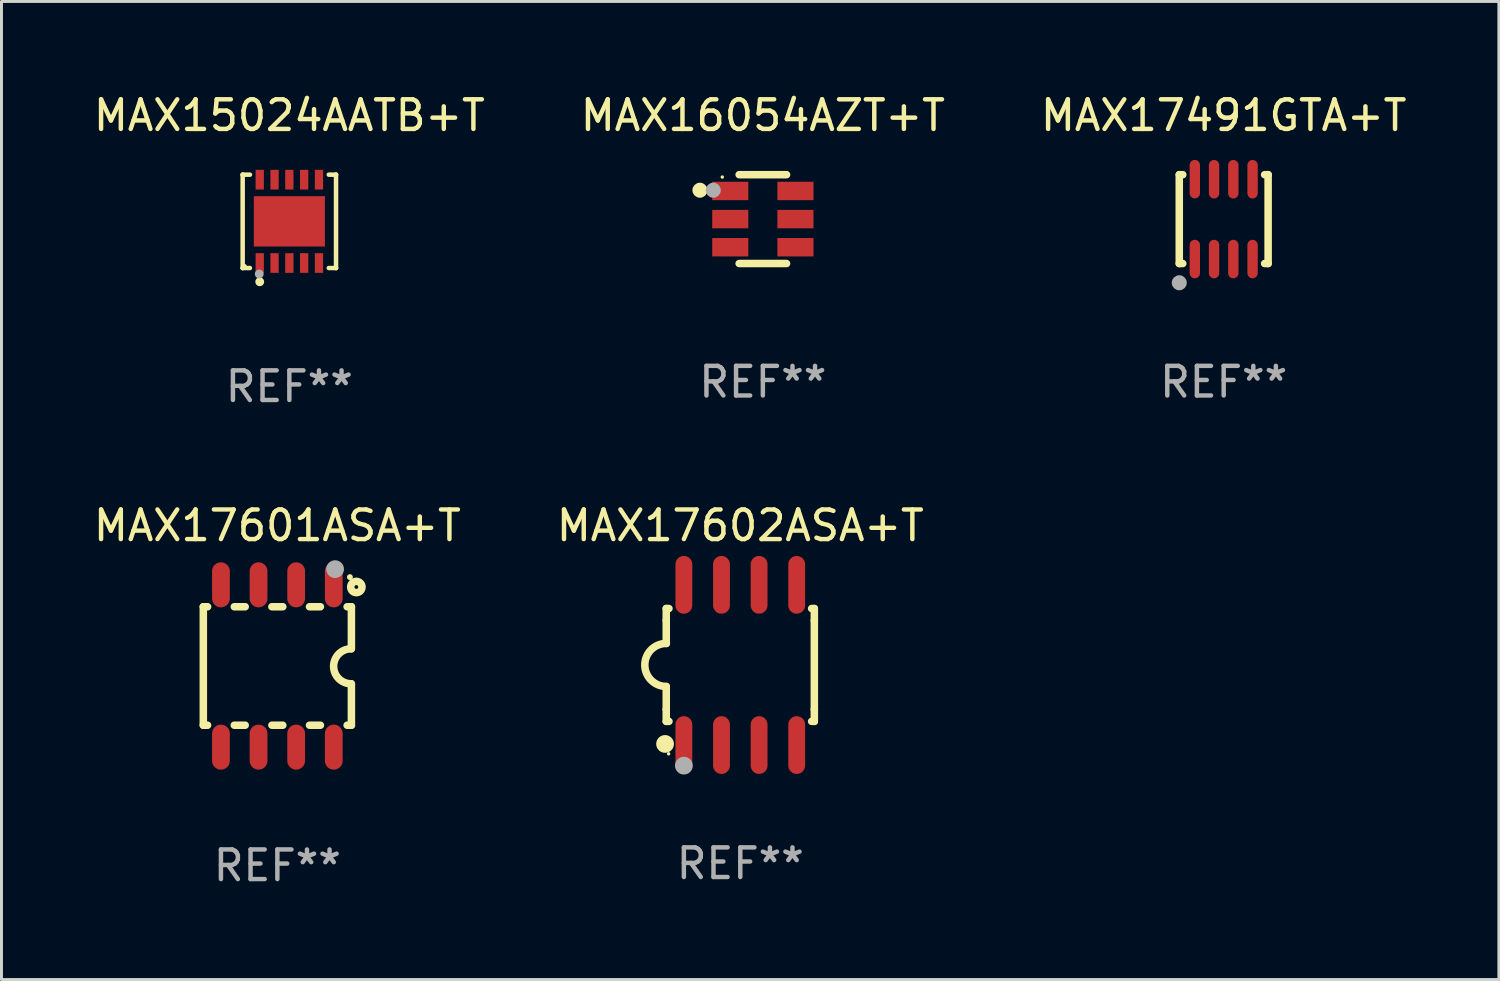
<source format=kicad_pcb>
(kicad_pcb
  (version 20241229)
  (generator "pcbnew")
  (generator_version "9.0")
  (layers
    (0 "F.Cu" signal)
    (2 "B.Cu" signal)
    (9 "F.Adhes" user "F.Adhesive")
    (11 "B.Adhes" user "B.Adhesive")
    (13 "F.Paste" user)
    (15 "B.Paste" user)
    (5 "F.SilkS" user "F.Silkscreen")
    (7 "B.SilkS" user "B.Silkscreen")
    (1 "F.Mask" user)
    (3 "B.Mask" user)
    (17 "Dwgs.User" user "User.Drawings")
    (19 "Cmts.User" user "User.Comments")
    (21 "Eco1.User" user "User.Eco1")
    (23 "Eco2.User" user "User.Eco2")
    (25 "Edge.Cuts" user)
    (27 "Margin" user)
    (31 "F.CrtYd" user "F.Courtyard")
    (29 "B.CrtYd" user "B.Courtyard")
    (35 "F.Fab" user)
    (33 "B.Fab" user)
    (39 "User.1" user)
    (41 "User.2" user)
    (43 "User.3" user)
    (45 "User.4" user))
  (footprint "MAX16054AZT+T"
    (layer "F.Cu")
    (at 22.708 4.348)
    (property "Reference" "MAX16054AZT+T" (at 0 -3.5 0) (layer "F.SilkS") (effects (font (size 1 1) (thickness 0.15))))
    (attr through_hole)
    (fp_line (start -0.8 -1.5) (end 0.8 -1.5) (stroke (width 0.254) (type solid)) (layer "F.SilkS"))
    (fp_line (start 0.8 1.5) (end -0.8 1.5) (stroke (width 0.254) (type solid)) (layer "F.SilkS"))
    (fp_circle (center -2.125 -0.975) (end -1.998 -0.975) (stroke (width 0.254) (type solid)) (fill no) (layer "F.SilkS"))
    (fp_circle (center -1.37 -1.42) (end -1.34 -1.42) (stroke (width 0.06) (type solid)) (fill no) (layer "F.SilkS"))
    (fp_circle (center -1.675 -0.975) (end -1.548 -0.975) (stroke (width 0.254) (type solid)) (fill no) (layer "F.Fab"))
    (fp_text user "REF**" (at 0 5.5 0) (layer "F.Fab") (effects (font (size 1 1) (thickness 0.15))))
    (pad "1" smd rect (at -1.1 -0.95 180) (size 1.219 0.622) (layers "F.Cu" "F.Mask" "F.Paste"))
    (pad "2" smd rect (at -1.1 -0.000152 180) (size 1.219 0.622) (layers "F.Cu" "F.Mask" "F.Paste"))
    (pad "3" smd rect (at -1.1 0.95 180) (size 1.219 0.622) (layers "F.Cu" "F.Mask" "F.Paste"))
    (pad "4" smd rect (at 1.1 0.95) (size 1.219 0.622) (layers "F.Cu" "F.Mask" "F.Paste"))
    (pad "5" smd rect (at 1.1 -0.000152) (size 1.219 0.622) (layers "F.Cu" "F.Mask" "F.Paste"))
    (pad "6" smd rect (at 1.1 -0.95) (size 1.219 0.622) (layers "F.Cu" "F.Mask" "F.Paste")))
  (footprint "MAX17602ASA+T"
    (layer "F.Cu")
    (at 21.946 19.402)
    (property "Reference" "MAX17602ASA+T" (at 0 -4.705 0) (layer "F.SilkS") (effects (font (size 1 1) (thickness 0.15))))
    (attr through_hole)
    (fp_line (start -2.5 -1.905) (end -2.409 -1.905) (stroke (width 0.254) (type solid)) (layer "F.SilkS"))
    (fp_line (start -2.5 -1.5) (end -2.5 -1.905) (stroke (width 0.254) (type solid)) (layer "F.SilkS"))
    (fp_line (start -2.5 -1.5) (end -2.5 -0.726) (stroke (width 0.254) (type solid)) (layer "F.SilkS"))
    (fp_line (start -2.5 1.5) (end -2.5 0.727) (stroke (width 0.254) (type solid)) (layer "F.SilkS"))
    (fp_line (start -2.5 1.5) (end -2.5 1.905) (stroke (width 0.254) (type solid)) (layer "F.SilkS"))
    (fp_line (start -2.5 1.905) (end -2.409 1.905) (stroke (width 0.254) (type solid)) (layer "F.SilkS"))
    (fp_line (start 2.5 -1.905) (end 2.409 -1.905) (stroke (width 0.254) (type solid)) (layer "F.SilkS"))
    (fp_line (start 2.5 -1.5) (end 2.5 -1.905) (stroke (width 0.254) (type solid)) (layer "F.SilkS"))
    (fp_line (start 2.5 -1.5) (end 2.5 1.5) (stroke (width 0.254) (type solid)) (layer "F.SilkS"))
    (fp_line (start 2.5 1.5) (end 2.5 1.905) (stroke (width 0.254) (type solid)) (layer "F.SilkS"))
    (fp_line (start 2.5 1.905) (end 2.409 1.905) (stroke (width 0.254) (type solid)) (layer "F.SilkS"))
    (fp_arc (start -2.5 0.726568) (mid -3.220316 -0.0023) (end -2.495097 -0.726289) (stroke (width 0.254001) (type solid)) (layer "F.SilkS"))
    (fp_circle (center -2.54 2.667) (end -2.39 2.667) (stroke (width 0.3) (type solid)) (fill no) (layer "F.SilkS"))
    (fp_circle (center -2.42 3) (end -2.39 3) (stroke (width 0.06) (type solid)) (fill no) (layer "F.SilkS"))
    (fp_circle (center -1.905 3.4) (end -1.755 3.4) (stroke (width 0.3) (type solid)) (fill no) (layer "F.Fab"))
    (fp_text user "REF**" (at 0 6.705 0) (layer "F.Fab") (effects (font (size 1 1) (thickness 0.15))))
    (pad "1" smd oval (at -1.905 2.705) (size 0.568 1.95) (layers "F.Cu" "F.Mask" "F.Paste"))
    (pad "2" smd oval (at -0.635 2.705) (size 0.568 1.95) (layers "F.Cu" "F.Mask" "F.Paste"))
    (pad "3" smd oval (at 0.635 2.705) (size 0.568 1.95) (layers "F.Cu" "F.Mask" "F.Paste"))
    (pad "4" smd oval (at 1.905 2.705) (size 0.568 1.95) (layers "F.Cu" "F.Mask" "F.Paste"))
    (pad "5" smd oval (at 1.905 -2.705) (size 0.568 1.95) (layers "F.Cu" "F.Mask" "F.Paste"))
    (pad "6" smd oval (at 0.635 -2.705) (size 0.568 1.95) (layers "F.Cu" "F.Mask" "F.Paste"))
    (pad "7" smd oval (at -0.635 -2.705) (size 0.568 1.95) (layers "F.Cu" "F.Mask" "F.Paste"))
    (pad "8" smd oval (at -1.905 -2.705) (size 0.568 1.95) (layers "F.Cu" "F.Mask" "F.Paste")))
  (footprint "MAX15024AATB+T"
    (layer "F.Cu")
    (at 6.72 4.424)
    (property "Reference" "MAX15024AATB+T" (at 0 -3.576 0) (layer "F.SilkS") (effects (font (size 1 1) (thickness 0.15))))
    (attr through_hole)
    (fp_line (start -1.576 -1.576) (end -1.576 -1.576) (stroke (width 0.152) (type solid)) (layer "F.SilkS"))
    (fp_line (start -1.576 -1.576) (end -1.331 -1.576) (stroke (width 0.152) (type solid)) (layer "F.SilkS"))
    (fp_line (start -1.576 1.576) (end -1.576 -1.576) (stroke (width 0.152) (type solid)) (layer "F.SilkS"))
    (fp_line (start -1.576 1.576) (end -1.576 1.576) (stroke (width 0.152) (type solid)) (layer "F.SilkS"))
    (fp_line (start -1.331 1.576) (end -1.576 1.576) (stroke (width 0.152) (type solid)) (layer "F.SilkS"))
    (fp_line (start 1.331 1.576) (end 1.576 1.576) (stroke (width 0.152) (type solid)) (layer "F.SilkS"))
    (fp_line (start 1.576 -1.576) (end 1.331 -1.576) (stroke (width 0.152) (type solid)) (layer "F.SilkS"))
    (fp_line (start 1.576 -1.576) (end 1.576 -1.576) (stroke (width 0.152) (type solid)) (layer "F.SilkS"))
    (fp_line (start 1.576 1.576) (end 1.576 -1.576) (stroke (width 0.152) (type solid)) (layer "F.SilkS"))
    (fp_line (start 1.576 1.576) (end 1.576 1.576) (stroke (width 0.152) (type solid)) (layer "F.SilkS"))
    (fp_circle (center -1.5 1.5) (end -1.47 1.5) (stroke (width 0.06) (type solid)) (fill no) (layer "F.SilkS"))
    (fp_circle (center -1 2.04) (end -0.925 2.04) (stroke (width 0.15) (type solid)) (fill no) (layer "F.SilkS"))
    (fp_circle (center -1.016 1.778) (end -0.941 1.778) (stroke (width 0.15) (type solid)) (fill no) (layer "F.Fab"))
    (fp_text user "REF**" (at 0 5.576 0) (layer "F.Fab") (effects (font (size 1 1) (thickness 0.15))))
    (pad "1" smd rect (at -1 1.407) (size 0.28 0.665) (layers "F.Cu" "F.Mask" "F.Paste"))
    (pad "2" smd rect (at -0.5 1.407) (size 0.28 0.665) (layers "F.Cu" "F.Mask" "F.Paste"))
    (pad "3" smd rect (at 0 1.407) (size 0.28 0.665) (layers "F.Cu" "F.Mask" "F.Paste"))
    (pad "4" smd rect (at 0.5 1.407) (size 0.28 0.665) (layers "F.Cu" "F.Mask" "F.Paste"))
    (pad "5" smd rect (at 1 1.407) (size 0.28 0.665) (layers "F.Cu" "F.Mask" "F.Paste"))
    (pad "6" smd rect (at 1 -1.407) (size 0.28 0.665) (layers "F.Cu" "F.Mask" "F.Paste"))
    (pad "7" smd rect (at 0.5 -1.407) (size 0.28 0.665) (layers "F.Cu" "F.Mask" "F.Paste"))
    (pad "8" smd rect (at 0 -1.407) (size 0.28 0.665) (layers "F.Cu" "F.Mask" "F.Paste"))
    (pad "9" smd rect (at -0.5 -1.407) (size 0.28 0.665) (layers "F.Cu" "F.Mask" "F.Paste"))
    (pad "10" smd rect (at -1 -1.407) (size 0.28 0.665) (layers "F.Cu" "F.Mask" "F.Paste"))
    (pad "11" smd rect (at 0 0) (size 2.4 1.7) (layers "F.Cu" "F.Mask" "F.Paste")))
  (footprint "MAX17601ASA+T"
    (layer "F.Cu")
    (at 6.315 19.437)
    (property "Reference" "MAX17601ASA+T" (at 0 -4.74 0) (layer "F.SilkS") (effects (font (size 1 1) (thickness 0.15))))
    (attr through_hole)
    (fp_line (start -2.5 2) (end -2.5 -2) (stroke (width 0.254) (type solid)) (layer "F.SilkS"))
    (fp_line (start -2.356 -2) (end -2.5 -2) (stroke (width 0.254) (type solid)) (layer "F.SilkS"))
    (fp_line (start -2.356 2) (end -2.5 2) (stroke (width 0.254) (type solid)) (layer "F.SilkS"))
    (fp_line (start -1.086 -2) (end -1.454 -2) (stroke (width 0.254) (type solid)) (layer "F.SilkS"))
    (fp_line (start -1.086 2) (end -1.454 2) (stroke (width 0.254) (type solid)) (layer "F.SilkS"))
    (fp_line (start 0.184 -2) (end -0.184 -2) (stroke (width 0.254) (type solid)) (layer "F.SilkS"))
    (fp_line (start 0.184 2) (end -0.184 2) (stroke (width 0.254) (type solid)) (layer "F.SilkS"))
    (fp_line (start 1.454 -2) (end 1.086 -2) (stroke (width 0.254) (type solid)) (layer "F.SilkS"))
    (fp_line (start 1.454 2) (end 1.086 2) (stroke (width 0.254) (type solid)) (layer "F.SilkS"))
    (fp_line (start 2.5 -2) (end 2.356 -2) (stroke (width 0.254) (type solid)) (layer "F.SilkS"))
    (fp_line (start 2.5 -0.58) (end 2.5 -2) (stroke (width 0.254) (type solid)) (layer "F.SilkS"))
    (fp_line (start 2.5 2) (end 2.356 2) (stroke (width 0.254) (type solid)) (layer "F.SilkS"))
    (fp_line (start 2.5 2) (end 2.5 0.6) (stroke (width 0.254) (type solid)) (layer "F.SilkS"))
    (fp_arc (start 2.489992 0.600051) (mid 1.901674 0.010046) (end 2.489992 -0.579959) (stroke (width 0.254001) (type solid)) (layer "F.SilkS"))
    (fp_circle (center 2.45 -3) (end 2.5 -3) (stroke (width 0.1) (type solid)) (fill no) (layer "F.SilkS"))
    (fp_circle (center 2.667 -2.667) (end 2.858 -2.667) (stroke (width 0.254) (type solid)) (fill no) (layer "F.SilkS"))
    (fp_circle (center 1.95 -3.27) (end 2.1 -3.27) (stroke (width 0.3) (type solid)) (fill no) (layer "F.Fab"))
    (fp_text user "REF**" (at 0 6.74 0) (layer "F.Fab") (effects (font (size 1 1) (thickness 0.15))))
    (pad "1" smd oval (at 1.905 -2.74) (size 0.6 1.52) (layers "F.Cu" "F.Mask" "F.Paste"))
    (pad "2" smd oval (at 0.635 -2.74) (size 0.6 1.52) (layers "F.Cu" "F.Mask" "F.Paste"))
    (pad "3" smd oval (at -0.635 -2.74) (size 0.6 1.52) (layers "F.Cu" "F.Mask" "F.Paste"))
    (pad "4" smd oval (at -1.905 -2.74) (size 0.6 1.52) (layers "F.Cu" "F.Mask" "F.Paste"))
    (pad "5" smd oval (at -1.905 2.74) (size 0.6 1.52) (layers "F.Cu" "F.Mask" "F.Paste"))
    (pad "6" smd oval (at -0.635 2.74) (size 0.6 1.52) (layers "F.Cu" "F.Mask" "F.Paste"))
    (pad "7" smd oval (at 0.635 2.74) (size 0.6 1.52) (layers "F.Cu" "F.Mask" "F.Paste"))
    (pad "8" smd oval (at 1.905 2.74) (size 0.6 1.52) (layers "F.Cu" "F.Mask" "F.Paste")))
  (footprint "MAX17491GTA+T"
    (layer "F.Cu")
    (at 38.268 4.348)
    (property "Reference" "MAX17491GTA+T" (at 0 -3.5 0) (layer "F.SilkS") (effects (font (size 1 1) (thickness 0.15))))
    (attr through_hole)
    (fp_line (start -1.5 -1.5) (end -1.5 1.5) (stroke (width 0.254) (type solid)) (layer "F.SilkS"))
    (fp_line (start -1.5 -1.5) (end -1.382 -1.5) (stroke (width 0.254) (type solid)) (layer "F.SilkS"))
    (fp_line (start -1.5 1.5) (end -1.382 1.5) (stroke (width 0.254) (type solid)) (layer "F.SilkS"))
    (fp_line (start 1.382 -1.5) (end 1.5 -1.5) (stroke (width 0.254) (type solid)) (layer "F.SilkS"))
    (fp_line (start 1.382 1.5) (end 1.5 1.5) (stroke (width 0.254) (type solid)) (layer "F.SilkS"))
    (fp_line (start 1.5 -1.5) (end 1.5 1.5) (stroke (width 0.254) (type solid)) (layer "F.SilkS"))
    (fp_arc (start -1.462408 2.041046) (mid -1.461138 2.04104) (end -1.459868 2.041046) (stroke (width 0.25) (type solid)) (layer "F.SilkS"))
    (fp_circle (center -1.5 1.5) (end -1.47 1.5) (stroke (width 0.06) (type solid)) (fill no) (layer "F.SilkS"))
    (fp_circle (center -1.5 2.15) (end -1.373 2.15) (stroke (width 0.254) (type solid)) (fill no) (layer "F.Fab"))
    (fp_text user "REF**" (at 0 5.5 0) (layer "F.Fab") (effects (font (size 1 1) (thickness 0.15))))
    (pad "1" smd oval (at -0.975 1.349) (size 0.35 1.3) (layers "F.Cu" "F.Mask" "F.Paste"))
    (pad "2" smd oval (at -0.325 1.349) (size 0.35 1.3) (layers "F.Cu" "F.Mask" "F.Paste"))
    (pad "3" smd oval (at 0.325 1.349) (size 0.35 1.3) (layers "F.Cu" "F.Mask" "F.Paste"))
    (pad "4" smd oval (at 0.975 1.349) (size 0.35 1.3) (layers "F.Cu" "F.Mask" "F.Paste"))
    (pad "5" smd oval (at 0.975 -1.346 180) (size 0.35 1.3) (layers "F.Cu" "F.Mask" "F.Paste"))
    (pad "6" smd oval (at 0.325 -1.346 180) (size 0.35 1.3) (layers "F.Cu" "F.Mask" "F.Paste"))
    (pad "7" smd oval (at -0.325 -1.346 180) (size 0.35 1.3) (layers "F.Cu" "F.Mask" "F.Paste"))
    (pad "8" smd oval (at -0.975 -1.349 180) (size 0.35 1.3) (layers "F.Cu" "F.Mask" "F.Paste")))
  (gr_rect
    (start -3 -3)
    (end 47.56 30.025)
    (stroke (width 0.1) (type default))
    (fill no)
    (layer "Edge.Cuts")))
</source>
